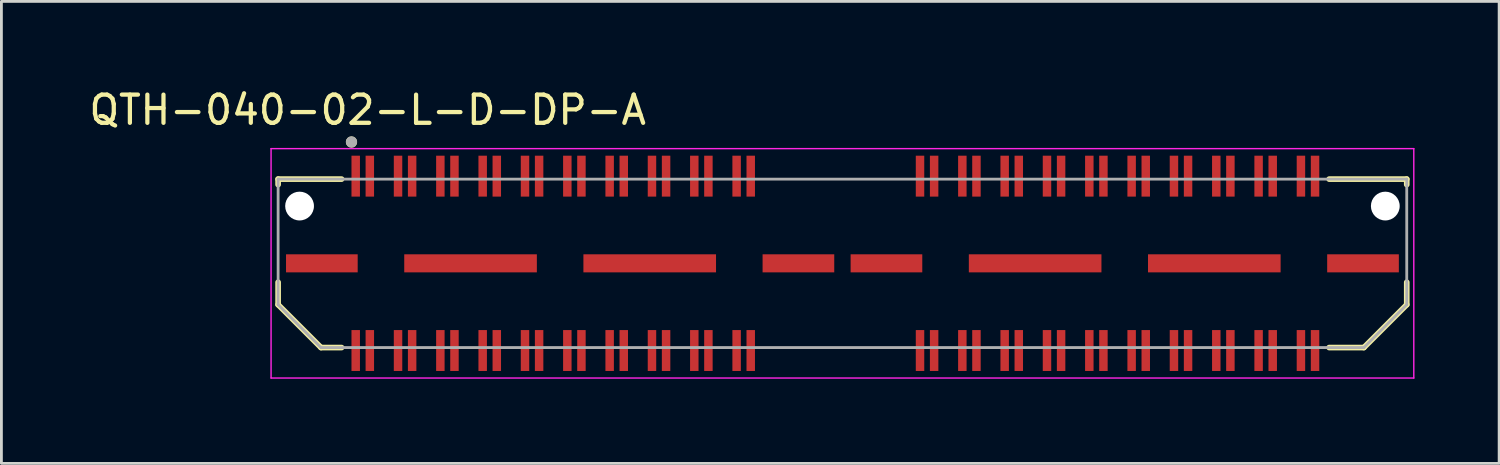
<source format=kicad_pcb>
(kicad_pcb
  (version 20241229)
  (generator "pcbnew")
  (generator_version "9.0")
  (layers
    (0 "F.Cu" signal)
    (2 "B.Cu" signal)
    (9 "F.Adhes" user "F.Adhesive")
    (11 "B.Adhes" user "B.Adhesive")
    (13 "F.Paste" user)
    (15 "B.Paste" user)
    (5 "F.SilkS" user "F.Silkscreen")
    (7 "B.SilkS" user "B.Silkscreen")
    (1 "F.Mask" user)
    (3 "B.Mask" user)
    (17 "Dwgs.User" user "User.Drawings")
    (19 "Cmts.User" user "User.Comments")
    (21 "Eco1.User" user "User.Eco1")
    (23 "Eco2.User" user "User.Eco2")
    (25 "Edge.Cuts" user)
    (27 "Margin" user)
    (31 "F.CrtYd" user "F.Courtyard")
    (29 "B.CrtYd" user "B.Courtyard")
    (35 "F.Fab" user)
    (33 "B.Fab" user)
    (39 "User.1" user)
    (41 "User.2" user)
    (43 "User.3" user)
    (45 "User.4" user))
  (footprint "QTH-040-02-L-D-DP-A"
    (layer "F.Cu")
    (at 26.807 6.283)
    (property "Reference" "QTH-040-02-L-D-DP-A" (at -16.825 -5.435 0) (layer "F.SilkS") (effects (font (size 1 1) (thickness 0.15))))
    (attr smd)
    (fp_line (start -20 -2.985) (end -17.75 -2.985) (stroke (width 0.2) (type solid)) (layer "F.SilkS"))
    (fp_line (start -20 -2.79) (end -20 -2.985) (stroke (width 0.2) (type solid)) (layer "F.SilkS"))
    (fp_line (start -20 0.67) (end -20 1.465) (stroke (width 0.2) (type solid)) (layer "F.SilkS"))
    (fp_line (start -20 1.465) (end -18.48 2.985) (stroke (width 0.2) (type solid)) (layer "F.SilkS"))
    (fp_line (start -18.48 2.985) (end -17.75 2.985) (stroke (width 0.2) (type solid)) (layer "F.SilkS"))
    (fp_line (start 18.48 2.985) (end 17.25 2.985) (stroke (width 0.2) (type solid)) (layer "F.SilkS"))
    (fp_line (start 20 -2.985) (end 17.25 -2.985) (stroke (width 0.2) (type solid)) (layer "F.SilkS"))
    (fp_line (start 20 -2.79) (end 20 -2.985) (stroke (width 0.2) (type solid)) (layer "F.SilkS"))
    (fp_line (start 20 0.67) (end 20 1.465) (stroke (width 0.2) (type solid)) (layer "F.SilkS"))
    (fp_line (start 20 1.465) (end 18.48 2.985) (stroke (width 0.2) (type solid)) (layer "F.SilkS"))
    (fp_circle (center -17.4 -4.3) (end -17.3 -4.3) (stroke (width 0.2) (type solid)) (fill no) (layer "F.SilkS"))
    (fp_line (start -20.25 -4.065) (end 20.25 -4.065) (stroke (width 0.05) (type solid)) (layer "F.CrtYd"))
    (fp_line (start -20.25 4.065) (end -20.25 -4.065) (stroke (width 0.05) (type solid)) (layer "F.CrtYd"))
    (fp_line (start 20.25 -4.065) (end 20.25 4.065) (stroke (width 0.05) (type solid)) (layer "F.CrtYd"))
    (fp_line (start 20.25 4.065) (end -20.25 4.065) (stroke (width 0.05) (type solid)) (layer "F.CrtYd"))
    (fp_line (start -20 -2.985) (end 20 -2.985) (stroke (width 0.1) (type solid)) (layer "F.Fab"))
    (fp_line (start -20 1.465) (end -20 -2.985) (stroke (width 0.1) (type solid)) (layer "F.Fab"))
    (fp_line (start -18.48 2.985) (end -20 1.465) (stroke (width 0.1) (type solid)) (layer "F.Fab"))
    (fp_line (start 18.48 2.985) (end -18.48 2.985) (stroke (width 0.1) (type solid)) (layer "F.Fab"))
    (fp_line (start 20 -2.985) (end 20 1.465) (stroke (width 0.1) (type solid)) (layer "F.Fab"))
    (fp_line (start 20 1.465) (end 18.48 2.985) (stroke (width 0.1) (type solid)) (layer "F.Fab"))
    (fp_circle (center -17.4 -4.3) (end -17.3 -4.3) (stroke (width 0.2) (type solid)) (fill no) (layer "F.Fab"))
    (pad "" np_thru_hole circle (at -19.24 -2.03) (size 1.02 1.02) (drill 1.02) (layers "*.Cu" "*.Mask"))
    (pad "" np_thru_hole circle (at 19.24 -2.03) (size 1.02 1.02) (drill 1.02) (layers "*.Cu" "*.Mask"))
    (pad "01" smd rect (at -17.25 -3.09) (size 0.3 1.45) (layers "F.Cu" "F.Mask" "F.Paste"))
    (pad "02" smd rect (at -17.25 3.09) (size 0.3 1.45) (layers "F.Cu" "F.Mask" "F.Paste"))
    (pad "03" smd rect (at -16.75 -3.09) (size 0.3 1.45) (layers "F.Cu" "F.Mask" "F.Paste"))
    (pad "04" smd rect (at -16.75 3.09) (size 0.3 1.45) (layers "F.Cu" "F.Mask" "F.Paste"))
    (pad "05" smd rect (at -15.75 -3.09) (size 0.3 1.45) (layers "F.Cu" "F.Mask" "F.Paste"))
    (pad "06" smd rect (at -15.75 3.09) (size 0.3 1.45) (layers "F.Cu" "F.Mask" "F.Paste"))
    (pad "07" smd rect (at -15.25 -3.09) (size 0.3 1.45) (layers "F.Cu" "F.Mask" "F.Paste"))
    (pad "08" smd rect (at -15.25 3.09) (size 0.3 1.45) (layers "F.Cu" "F.Mask" "F.Paste"))
    (pad "09" smd rect (at -14.25 -3.09) (size 0.3 1.45) (layers "F.Cu" "F.Mask" "F.Paste"))
    (pad "10" smd rect (at -14.25 3.09) (size 0.3 1.45) (layers "F.Cu" "F.Mask" "F.Paste"))
    (pad "11" smd rect (at -13.75 -3.09) (size 0.3 1.45) (layers "F.Cu" "F.Mask" "F.Paste"))
    (pad "12" smd rect (at -13.75 3.09) (size 0.3 1.45) (layers "F.Cu" "F.Mask" "F.Paste"))
    (pad "13" smd rect (at -12.75 -3.09) (size 0.3 1.45) (layers "F.Cu" "F.Mask" "F.Paste"))
    (pad "14" smd rect (at -12.75 3.09) (size 0.3 1.45) (layers "F.Cu" "F.Mask" "F.Paste"))
    (pad "15" smd rect (at -12.25 -3.09) (size 0.3 1.45) (layers "F.Cu" "F.Mask" "F.Paste"))
    (pad "16" smd rect (at -12.25 3.09) (size 0.3 1.45) (layers "F.Cu" "F.Mask" "F.Paste"))
    (pad "17" smd rect (at -11.25 -3.09) (size 0.3 1.45) (layers "F.Cu" "F.Mask" "F.Paste"))
    (pad "18" smd rect (at -11.25 3.09) (size 0.3 1.45) (layers "F.Cu" "F.Mask" "F.Paste"))
    (pad "19" smd rect (at -10.75 -3.09) (size 0.3 1.45) (layers "F.Cu" "F.Mask" "F.Paste"))
    (pad "20" smd rect (at -10.75 3.09) (size 0.3 1.45) (layers "F.Cu" "F.Mask" "F.Paste"))
    (pad "21" smd rect (at -9.75 -3.09) (size 0.3 1.45) (layers "F.Cu" "F.Mask" "F.Paste"))
    (pad "22" smd rect (at -9.75 3.09) (size 0.3 1.45) (layers "F.Cu" "F.Mask" "F.Paste"))
    (pad "23" smd rect (at -9.25 -3.09) (size 0.3 1.45) (layers "F.Cu" "F.Mask" "F.Paste"))
    (pad "24" smd rect (at -9.25 3.09) (size 0.3 1.45) (layers "F.Cu" "F.Mask" "F.Paste"))
    (pad "25" smd rect (at -8.25 -3.09) (size 0.3 1.45) (layers "F.Cu" "F.Mask" "F.Paste"))
    (pad "26" smd rect (at -8.25 3.09) (size 0.3 1.45) (layers "F.Cu" "F.Mask" "F.Paste"))
    (pad "27" smd rect (at -7.75 -3.09) (size 0.3 1.45) (layers "F.Cu" "F.Mask" "F.Paste"))
    (pad "28" smd rect (at -7.75 3.09) (size 0.3 1.45) (layers "F.Cu" "F.Mask" "F.Paste"))
    (pad "29" smd rect (at -6.75 -3.09) (size 0.3 1.45) (layers "F.Cu" "F.Mask" "F.Paste"))
    (pad "30" smd rect (at -6.75 3.09) (size 0.3 1.45) (layers "F.Cu" "F.Mask" "F.Paste"))
    (pad "31" smd rect (at -6.25 -3.09) (size 0.3 1.45) (layers "F.Cu" "F.Mask" "F.Paste"))
    (pad "32" smd rect (at -6.25 3.09) (size 0.3 1.45) (layers "F.Cu" "F.Mask" "F.Paste"))
    (pad "33" smd rect (at -5.25 -3.09) (size 0.3 1.45) (layers "F.Cu" "F.Mask" "F.Paste"))
    (pad "34" smd rect (at -5.25 3.09) (size 0.3 1.45) (layers "F.Cu" "F.Mask" "F.Paste"))
    (pad "35" smd rect (at -4.75 -3.09) (size 0.3 1.45) (layers "F.Cu" "F.Mask" "F.Paste"))
    (pad "36" smd rect (at -4.75 3.09) (size 0.3 1.45) (layers "F.Cu" "F.Mask" "F.Paste"))
    (pad "37" smd rect (at -3.75 -3.09) (size 0.3 1.45) (layers "F.Cu" "F.Mask" "F.Paste"))
    (pad "38" smd rect (at -3.75 3.09) (size 0.3 1.45) (layers "F.Cu" "F.Mask" "F.Paste"))
    (pad "39" smd rect (at -3.25 -3.09) (size 0.3 1.45) (layers "F.Cu" "F.Mask" "F.Paste"))
    (pad "40" smd rect (at -3.25 3.09) (size 0.3 1.45) (layers "F.Cu" "F.Mask" "F.Paste"))
    (pad "41" smd rect (at 2.75 -3.09) (size 0.3 1.45) (layers "F.Cu" "F.Mask" "F.Paste"))
    (pad "42" smd rect (at 2.75 3.09) (size 0.3 1.45) (layers "F.Cu" "F.Mask" "F.Paste"))
    (pad "43" smd rect (at 3.25 -3.09) (size 0.3 1.45) (layers "F.Cu" "F.Mask" "F.Paste"))
    (pad "44" smd rect (at 3.25 3.09) (size 0.3 1.45) (layers "F.Cu" "F.Mask" "F.Paste"))
    (pad "45" smd rect (at 4.25 -3.09) (size 0.3 1.45) (layers "F.Cu" "F.Mask" "F.Paste"))
    (pad "46" smd rect (at 4.25 3.09) (size 0.3 1.45) (layers "F.Cu" "F.Mask" "F.Paste"))
    (pad "47" smd rect (at 4.75 -3.09) (size 0.3 1.45) (layers "F.Cu" "F.Mask" "F.Paste"))
    (pad "48" smd rect (at 4.75 3.09) (size 0.3 1.45) (layers "F.Cu" "F.Mask" "F.Paste"))
    (pad "49" smd rect (at 5.75 -3.09) (size 0.3 1.45) (layers "F.Cu" "F.Mask" "F.Paste"))
    (pad "50" smd rect (at 5.75 3.09) (size 0.3 1.45) (layers "F.Cu" "F.Mask" "F.Paste"))
    (pad "51" smd rect (at 6.25 -3.09) (size 0.3 1.45) (layers "F.Cu" "F.Mask" "F.Paste"))
    (pad "52" smd rect (at 6.25 3.09) (size 0.3 1.45) (layers "F.Cu" "F.Mask" "F.Paste"))
    (pad "53" smd rect (at 7.25 -3.09) (size 0.3 1.45) (layers "F.Cu" "F.Mask" "F.Paste"))
    (pad "54" smd rect (at 7.25 3.09) (size 0.3 1.45) (layers "F.Cu" "F.Mask" "F.Paste"))
    (pad "55" smd rect (at 7.75 -3.09) (size 0.3 1.45) (layers "F.Cu" "F.Mask" "F.Paste"))
    (pad "56" smd rect (at 7.75 3.09) (size 0.3 1.45) (layers "F.Cu" "F.Mask" "F.Paste"))
    (pad "57" smd rect (at 8.75 -3.09) (size 0.3 1.45) (layers "F.Cu" "F.Mask" "F.Paste"))
    (pad "58" smd rect (at 8.75 3.09) (size 0.3 1.45) (layers "F.Cu" "F.Mask" "F.Paste"))
    (pad "59" smd rect (at 9.25 -3.09) (size 0.3 1.45) (layers "F.Cu" "F.Mask" "F.Paste"))
    (pad "60" smd rect (at 9.25 3.09) (size 0.3 1.45) (layers "F.Cu" "F.Mask" "F.Paste"))
    (pad "61" smd rect (at 10.25 -3.09) (size 0.3 1.45) (layers "F.Cu" "F.Mask" "F.Paste"))
    (pad "62" smd rect (at 10.25 3.09) (size 0.3 1.45) (layers "F.Cu" "F.Mask" "F.Paste"))
    (pad "63" smd rect (at 10.75 -3.09) (size 0.3 1.45) (layers "F.Cu" "F.Mask" "F.Paste"))
    (pad "64" smd rect (at 10.75 3.09) (size 0.3 1.45) (layers "F.Cu" "F.Mask" "F.Paste"))
    (pad "65" smd rect (at 11.75 -3.09) (size 0.3 1.45) (layers "F.Cu" "F.Mask" "F.Paste"))
    (pad "66" smd rect (at 11.75 3.09) (size 0.3 1.45) (layers "F.Cu" "F.Mask" "F.Paste"))
    (pad "67" smd rect (at 12.25 -3.09) (size 0.3 1.45) (layers "F.Cu" "F.Mask" "F.Paste"))
    (pad "68" smd rect (at 12.25 3.09) (size 0.3 1.45) (layers "F.Cu" "F.Mask" "F.Paste"))
    (pad "69" smd rect (at 13.25 -3.09) (size 0.3 1.45) (layers "F.Cu" "F.Mask" "F.Paste"))
    (pad "70" smd rect (at 13.25 3.09) (size 0.3 1.45) (layers "F.Cu" "F.Mask" "F.Paste"))
    (pad "71" smd rect (at 13.75 -3.09) (size 0.3 1.45) (layers "F.Cu" "F.Mask" "F.Paste"))
    (pad "72" smd rect (at 13.75 3.09) (size 0.3 1.45) (layers "F.Cu" "F.Mask" "F.Paste"))
    (pad "73" smd rect (at 14.75 -3.09) (size 0.3 1.45) (layers "F.Cu" "F.Mask" "F.Paste"))
    (pad "74" smd rect (at 14.75 3.09) (size 0.3 1.45) (layers "F.Cu" "F.Mask" "F.Paste"))
    (pad "75" smd rect (at 15.25 -3.09) (size 0.3 1.45) (layers "F.Cu" "F.Mask" "F.Paste"))
    (pad "76" smd rect (at 15.25 3.09) (size 0.3 1.45) (layers "F.Cu" "F.Mask" "F.Paste"))
    (pad "77" smd rect (at 16.25 -3.09) (size 0.3 1.45) (layers "F.Cu" "F.Mask" "F.Paste"))
    (pad "78" smd rect (at 16.25 3.09) (size 0.3 1.45) (layers "F.Cu" "F.Mask" "F.Paste"))
    (pad "79" smd rect (at 16.75 -3.09) (size 0.3 1.45) (layers "F.Cu" "F.Mask" "F.Paste"))
    (pad "80" smd rect (at 16.75 3.09) (size 0.3 1.45) (layers "F.Cu" "F.Mask" "F.Paste"))
    (pad "G1" smd rect (at -18.45 0) (size 2.54 0.64) (layers "F.Cu" "F.Mask" "F.Paste"))
    (pad "G2" smd rect (at -13.18 0) (size 4.7 0.64) (layers "F.Cu" "F.Mask" "F.Paste"))
    (pad "G3" smd rect (at -6.83 0) (size 4.7 0.64) (layers "F.Cu" "F.Mask" "F.Paste"))
    (pad "G4" smd rect (at -1.56 0) (size 2.54 0.64) (layers "F.Cu" "F.Mask" "F.Paste"))
    (pad "G5" smd rect (at 1.56 0) (size 2.54 0.64) (layers "F.Cu" "F.Mask" "F.Paste"))
    (pad "G6" smd rect (at 6.83 0) (size 4.7 0.64) (layers "F.Cu" "F.Mask" "F.Paste"))
    (pad "G7" smd rect (at 13.18 0) (size 4.7 0.64) (layers "F.Cu" "F.Mask" "F.Paste"))
    (pad "G8" smd rect (at 18.45 0) (size 2.54 0.64) (layers "F.Cu" "F.Mask" "F.Paste")))
  (gr_rect
    (start -3 -3)
    (end 50.082 13.373)
    (stroke (width 0.1) (type default))
    (fill no)
    (layer "Edge.Cuts")))
</source>
